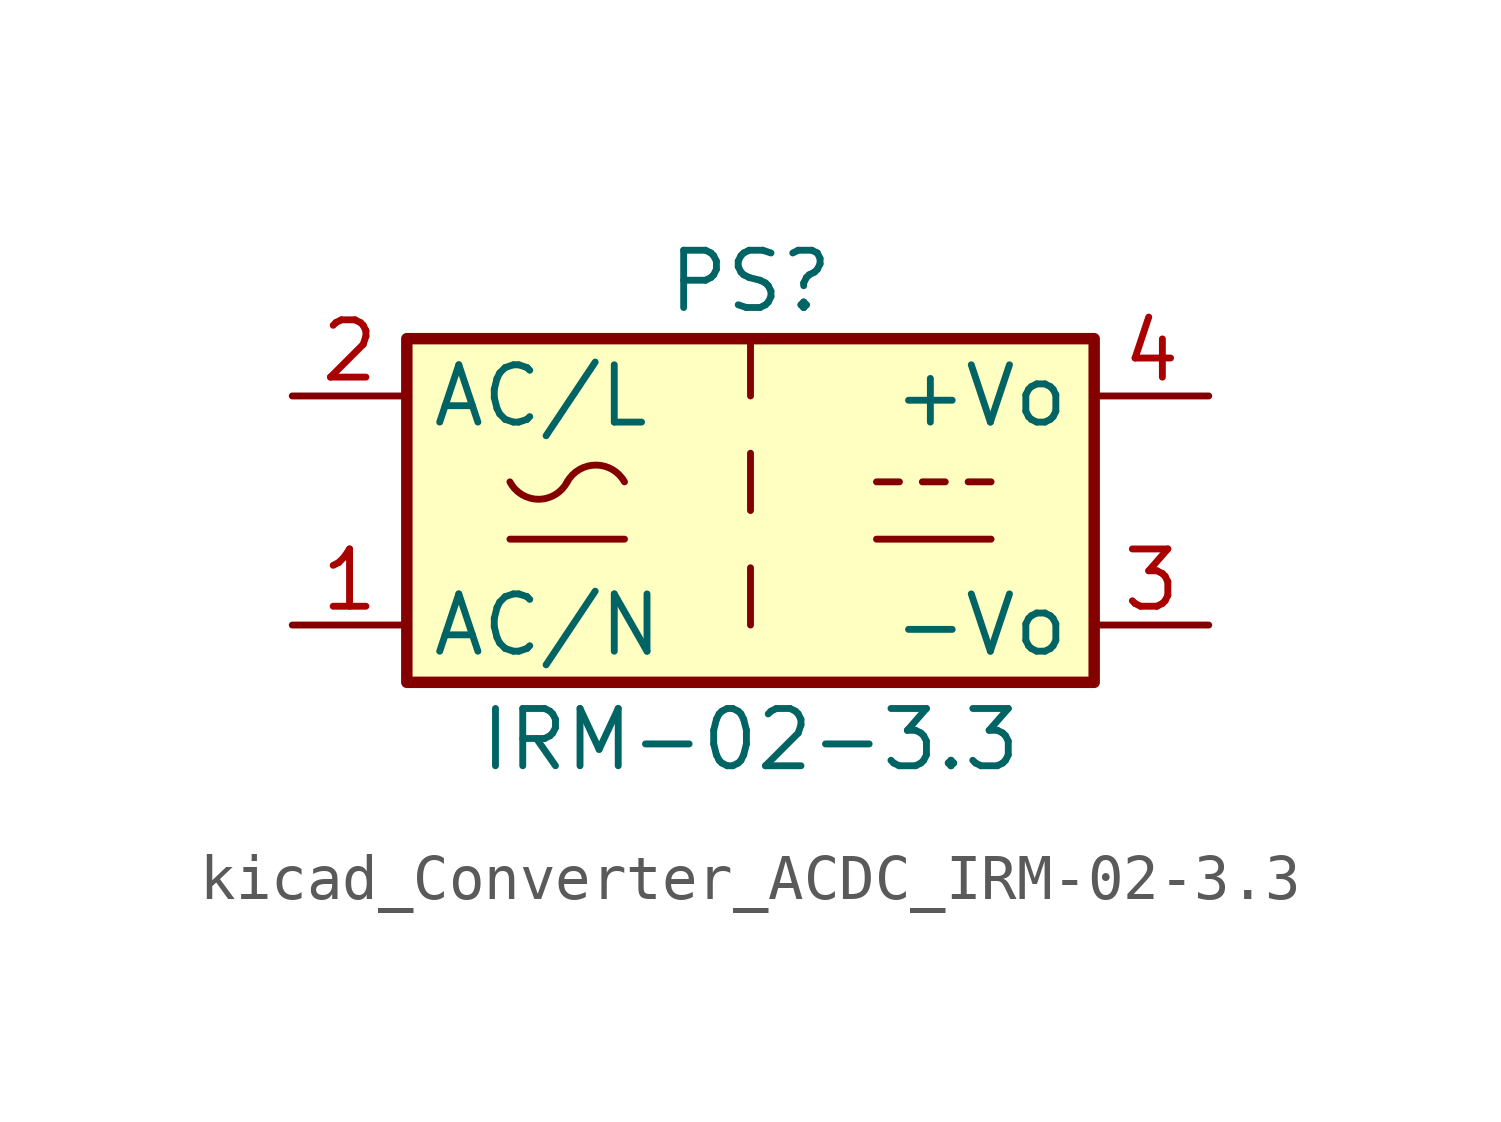
<source format=kicad_sym>
(kicad_symbol_lib
  (version 20220914)
  (generator kicad_symbol_editor)
  (symbol "kicad_Converter_ACDC_IRM-02-3.3"
    (property "Reference" "PS"
      (at 0 5.08 0)
      (effects (font (size 1.27 1.27))))
    (property "Value" "IRM-02-3.3"
      (at 0 -5.08 0)
      (effects (font (size 1.27 1.27))))
    (symbol "kicad_Converter_ACDC_IRM-02-3.3_0_1"
      (rectangle (start -7.62 3.81) (end 7.62 -3.81) (stroke (width 0.254) (type default)) (fill (type background)))
      (arc (start -5.334 0.635) (mid -4.699 0.2495) (end -4.064 0.635) (stroke (width 0) (type default)) (fill (type none)))
      (arc (start -2.794 0.635) (mid -3.429 1.0072) (end -4.064 0.635) (stroke (width 0) (type default)) (fill (type none)))
      (polyline (pts (xy -5.334 -0.635) (xy -2.794 -0.635)) (stroke (width 0) (type default)) (fill (type none)))
      (polyline (pts (xy 2.794 -0.635) (xy 5.334 -0.635)) (stroke (width 0) (type default)) (fill (type none)))
      (polyline (pts (xy 2.794 0.635) (xy 3.302 0.635)) (stroke (width 0) (type default)) (fill (type none)))
      (polyline (pts (xy 3.81 0.635) (xy 4.318 0.635)) (stroke (width 0) (type default)) (fill (type none)))
      (polyline (pts (xy 4.826 0.635) (xy 5.334 0.635)) (stroke (width 0) (type default)) (fill (type none))))
    (symbol "kicad_Converter_ACDC_IRM-02-3.3_1_1"
      (polyline (pts (xy 0 -1.27) (xy 0 -2.54)) (stroke (width 0) (type default)) (fill (type none)))
      (polyline (pts (xy 0 1.27) (xy 0 0)) (stroke (width 0) (type default)) (fill (type none)))
      (polyline (pts (xy 0 3.81) (xy 0 2.54)) (stroke (width 0) (type default)) (fill (type none)))
      (pin power_in line (at -10.16 -2.54 0) (length 2.54) (name "AC/N" (effects (font (size 1.27 1.27)))) (number "1" (effects (font (size 1.27 1.27)))))
      (pin power_in line (at -10.16 2.54 0) (length 2.54) (name "AC/L" (effects (font (size 1.27 1.27)))) (number "2" (effects (font (size 1.27 1.27)))))
      (pin power_out line (at 10.16 -2.54 180) (length 2.54) (name "-Vo" (effects (font (size 1.27 1.27)))) (number "3" (effects (font (size 1.27 1.27)))))
      (pin power_out line (at 10.16 2.54 180) (length 2.54) (name "+Vo" (effects (font (size 1.27 1.27)))) (number "4" (effects (font (size 1.27 1.27))))))))
</source>
